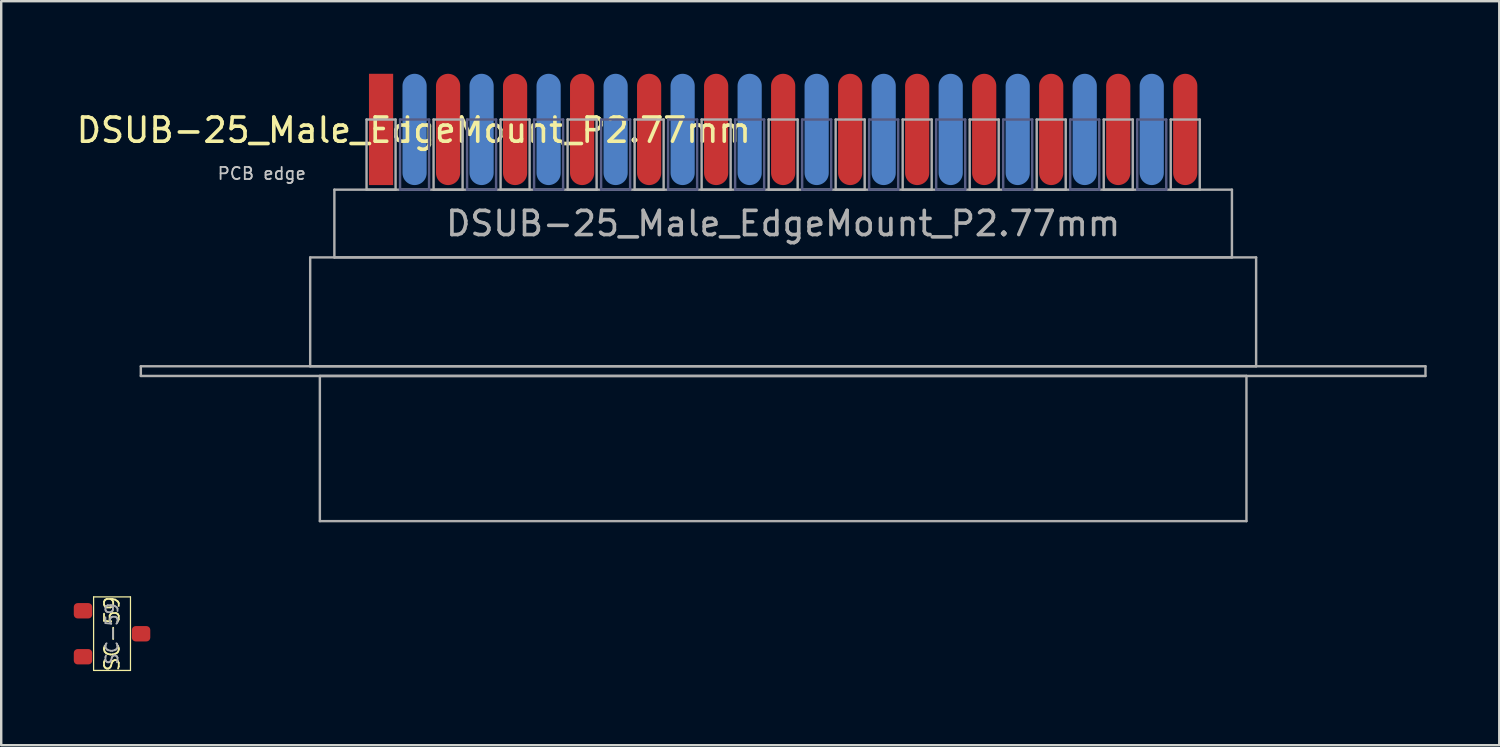
<source format=kicad_pcb>
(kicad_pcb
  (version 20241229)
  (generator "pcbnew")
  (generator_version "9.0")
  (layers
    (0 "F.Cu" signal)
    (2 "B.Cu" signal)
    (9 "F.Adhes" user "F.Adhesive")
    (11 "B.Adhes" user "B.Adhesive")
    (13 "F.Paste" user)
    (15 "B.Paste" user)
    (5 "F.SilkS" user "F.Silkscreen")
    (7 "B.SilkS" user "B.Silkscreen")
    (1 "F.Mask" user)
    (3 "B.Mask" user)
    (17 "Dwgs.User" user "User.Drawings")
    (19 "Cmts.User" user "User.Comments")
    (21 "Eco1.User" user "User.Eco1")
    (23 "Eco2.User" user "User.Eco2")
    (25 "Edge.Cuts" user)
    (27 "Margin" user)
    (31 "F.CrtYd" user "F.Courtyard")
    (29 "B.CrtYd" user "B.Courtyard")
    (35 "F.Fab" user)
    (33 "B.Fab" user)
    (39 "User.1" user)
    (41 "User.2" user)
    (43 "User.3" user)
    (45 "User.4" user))
  (footprint "SC-59"
    (layer "F.Cu")
    (at 1.581 23.146)
    (property "Reference" "SC-59" (at 0 0 90) (unlocked yes) (layer "F.SilkS") (effects (font (size 0.61 0.61) (thickness 0.076))))
    (attr smd)
    (fp_line (start -0.762 -1.524) (end -0.762 1.516) (stroke (width 0.051) (type solid)) (layer "F.SilkS"))
    (fp_line (start -0.762 -1.524) (end 0.762 -1.524) (stroke (width 0.051) (type solid)) (layer "F.SilkS"))
    (fp_line (start -0.762 1.516) (end 0.762 1.516) (stroke (width 0.051) (type solid)) (layer "F.SilkS"))
    (fp_line (start 0.762 -1.524) (end 0.762 1.516) (stroke (width 0.051) (type solid)) (layer "F.SilkS"))
    (fp_text user "${REFERENCE}" (at 0 0 90) (layer "F.Fab") (effects (font (size 0.5 0.5) (thickness 0.075))))
    (pad "1" smd roundrect (at -1.2 -0.95) (size 0.762 0.635) (layers "F.Cu" "F.Mask" "F.Paste") (roundrect_rratio 0.25))
    (pad "2" smd roundrect (at -1.2 0.95) (size 0.762 0.635) (layers "F.Cu" "F.Mask" "F.Paste") (roundrect_rratio 0.25))
    (pad "3" smd roundrect (at 1.2 0) (size 0.762 0.635) (layers "F.Cu" "F.Mask" "F.Paste") (roundrect_rratio 0.25)))
  (footprint "DSUB-25_Male_EdgeMount_P2.77mm"
    (layer "F.Cu")
    (at 29.321 2.8)
    (property "Reference" "DSUB-25_Male_EdgeMount_P2.77mm" (at -15.267 -0.469 0) (layer "F.SilkS") (effects (font (size 1 1) (thickness 0.15))))
    (attr smd)
    (fp_line (start -15.835 -0.91) (end -15.835 1.99) (stroke (width 0.1) (type solid)) (layer "B.Fab"))
    (fp_line (start -15.835 1.99) (end -14.635 1.99) (stroke (width 0.1) (type solid)) (layer "B.Fab"))
    (fp_line (start -14.635 -0.91) (end -15.835 -0.91) (stroke (width 0.1) (type solid)) (layer "B.Fab"))
    (fp_line (start -14.635 1.99) (end -14.635 -0.91) (stroke (width 0.1) (type solid)) (layer "B.Fab"))
    (fp_line (start -13.065 -0.91) (end -13.065 1.99) (stroke (width 0.1) (type solid)) (layer "B.Fab"))
    (fp_line (start -13.065 1.99) (end -11.865 1.99) (stroke (width 0.1) (type solid)) (layer "B.Fab"))
    (fp_line (start -11.865 -0.91) (end -13.065 -0.91) (stroke (width 0.1) (type solid)) (layer "B.Fab"))
    (fp_line (start -11.865 1.99) (end -11.865 -0.91) (stroke (width 0.1) (type solid)) (layer "B.Fab"))
    (fp_line (start -10.295 -0.91) (end -10.295 1.99) (stroke (width 0.1) (type solid)) (layer "B.Fab"))
    (fp_line (start -10.295 1.99) (end -9.095 1.99) (stroke (width 0.1) (type solid)) (layer "B.Fab"))
    (fp_line (start -9.095 -0.91) (end -10.295 -0.91) (stroke (width 0.1) (type solid)) (layer "B.Fab"))
    (fp_line (start -9.095 1.99) (end -9.095 -0.91) (stroke (width 0.1) (type solid)) (layer "B.Fab"))
    (fp_line (start -7.525 -0.91) (end -7.525 1.99) (stroke (width 0.1) (type solid)) (layer "B.Fab"))
    (fp_line (start -7.525 1.99) (end -6.325 1.99) (stroke (width 0.1) (type solid)) (layer "B.Fab"))
    (fp_line (start -6.325 -0.91) (end -7.525 -0.91) (stroke (width 0.1) (type solid)) (layer "B.Fab"))
    (fp_line (start -6.325 1.99) (end -6.325 -0.91) (stroke (width 0.1) (type solid)) (layer "B.Fab"))
    (fp_line (start -4.755 -0.91) (end -4.755 1.99) (stroke (width 0.1) (type solid)) (layer "B.Fab"))
    (fp_line (start -4.755 1.99) (end -3.555 1.99) (stroke (width 0.1) (type solid)) (layer "B.Fab"))
    (fp_line (start -3.555 -0.91) (end -4.755 -0.91) (stroke (width 0.1) (type solid)) (layer "B.Fab"))
    (fp_line (start -3.555 1.99) (end -3.555 -0.91) (stroke (width 0.1) (type solid)) (layer "B.Fab"))
    (fp_line (start -1.985 -0.91) (end -1.985 1.99) (stroke (width 0.1) (type solid)) (layer "B.Fab"))
    (fp_line (start -1.985 1.99) (end -0.785 1.99) (stroke (width 0.1) (type solid)) (layer "B.Fab"))
    (fp_line (start -0.785 -0.91) (end -1.985 -0.91) (stroke (width 0.1) (type solid)) (layer "B.Fab"))
    (fp_line (start -0.785 1.99) (end -0.785 -0.91) (stroke (width 0.1) (type solid)) (layer "B.Fab"))
    (fp_line (start 0.785 -0.91) (end 0.785 1.99) (stroke (width 0.1) (type solid)) (layer "B.Fab"))
    (fp_line (start 0.785 1.99) (end 1.985 1.99) (stroke (width 0.1) (type solid)) (layer "B.Fab"))
    (fp_line (start 1.985 -0.91) (end 0.785 -0.91) (stroke (width 0.1) (type solid)) (layer "B.Fab"))
    (fp_line (start 1.985 1.99) (end 1.985 -0.91) (stroke (width 0.1) (type solid)) (layer "B.Fab"))
    (fp_line (start 3.555 -0.91) (end 3.555 1.99) (stroke (width 0.1) (type solid)) (layer "B.Fab"))
    (fp_line (start 3.555 1.99) (end 4.755 1.99) (stroke (width 0.1) (type solid)) (layer "B.Fab"))
    (fp_line (start 4.755 -0.91) (end 3.555 -0.91) (stroke (width 0.1) (type solid)) (layer "B.Fab"))
    (fp_line (start 4.755 1.99) (end 4.755 -0.91) (stroke (width 0.1) (type solid)) (layer "B.Fab"))
    (fp_line (start 6.325 -0.91) (end 6.325 1.99) (stroke (width 0.1) (type solid)) (layer "B.Fab"))
    (fp_line (start 6.325 1.99) (end 7.525 1.99) (stroke (width 0.1) (type solid)) (layer "B.Fab"))
    (fp_line (start 7.525 -0.91) (end 6.325 -0.91) (stroke (width 0.1) (type solid)) (layer "B.Fab"))
    (fp_line (start 7.525 1.99) (end 7.525 -0.91) (stroke (width 0.1) (type solid)) (layer "B.Fab"))
    (fp_line (start 9.095 -0.91) (end 9.095 1.99) (stroke (width 0.1) (type solid)) (layer "B.Fab"))
    (fp_line (start 9.095 1.99) (end 10.295 1.99) (stroke (width 0.1) (type solid)) (layer "B.Fab"))
    (fp_line (start 10.295 -0.91) (end 9.095 -0.91) (stroke (width 0.1) (type solid)) (layer "B.Fab"))
    (fp_line (start 10.295 1.99) (end 10.295 -0.91) (stroke (width 0.1) (type solid)) (layer "B.Fab"))
    (fp_line (start 11.865 -0.91) (end 11.865 1.99) (stroke (width 0.1) (type solid)) (layer "B.Fab"))
    (fp_line (start 11.865 1.99) (end 13.065 1.99) (stroke (width 0.1) (type solid)) (layer "B.Fab"))
    (fp_line (start 13.065 -0.91) (end 11.865 -0.91) (stroke (width 0.1) (type solid)) (layer "B.Fab"))
    (fp_line (start 13.065 1.99) (end 13.065 -0.91) (stroke (width 0.1) (type solid)) (layer "B.Fab"))
    (fp_line (start 14.635 -0.91) (end 14.635 1.99) (stroke (width 0.1) (type solid)) (layer "B.Fab"))
    (fp_line (start 14.635 1.99) (end 15.835 1.99) (stroke (width 0.1) (type solid)) (layer "B.Fab"))
    (fp_line (start 15.835 -0.91) (end 14.635 -0.91) (stroke (width 0.1) (type solid)) (layer "B.Fab"))
    (fp_line (start 15.835 1.99) (end 15.835 -0.91) (stroke (width 0.1) (type solid)) (layer "B.Fab"))
    (fp_line (start -26.55 9.29) (end -26.55 9.69) (stroke (width 0.1) (type solid)) (layer "F.Fab"))
    (fp_line (start -26.55 9.69) (end 26.55 9.69) (stroke (width 0.1) (type solid)) (layer "F.Fab"))
    (fp_line (start -19.55 4.79) (end -19.55 9.29) (stroke (width 0.1) (type solid)) (layer "F.Fab"))
    (fp_line (start -19.55 9.29) (end 19.55 9.29) (stroke (width 0.1) (type solid)) (layer "F.Fab"))
    (fp_line (start -19.15 9.69) (end -19.15 15.69) (stroke (width 0.1) (type solid)) (layer "F.Fab"))
    (fp_line (start -19.15 15.69) (end 19.15 15.69) (stroke (width 0.1) (type solid)) (layer "F.Fab"))
    (fp_line (start -18.55 1.99) (end -18.55 4.79) (stroke (width 0.1) (type solid)) (layer "F.Fab"))
    (fp_line (start -18.55 4.79) (end 18.55 4.79) (stroke (width 0.1) (type solid)) (layer "F.Fab"))
    (fp_line (start -17.22 -0.91) (end -17.22 1.99) (stroke (width 0.1) (type solid)) (layer "F.Fab"))
    (fp_line (start -17.22 1.99) (end -16.02 1.99) (stroke (width 0.1) (type solid)) (layer "F.Fab"))
    (fp_line (start -16.02 -0.91) (end -17.22 -0.91) (stroke (width 0.1) (type solid)) (layer "F.Fab"))
    (fp_line (start -16.02 1.99) (end -16.02 -0.91) (stroke (width 0.1) (type solid)) (layer "F.Fab"))
    (fp_line (start -14.45 -0.91) (end -14.45 1.99) (stroke (width 0.1) (type solid)) (layer "F.Fab"))
    (fp_line (start -14.45 1.99) (end -13.25 1.99) (stroke (width 0.1) (type solid)) (layer "F.Fab"))
    (fp_line (start -13.25 -0.91) (end -14.45 -0.91) (stroke (width 0.1) (type solid)) (layer "F.Fab"))
    (fp_line (start -13.25 1.99) (end -13.25 -0.91) (stroke (width 0.1) (type solid)) (layer "F.Fab"))
    (fp_line (start -11.68 -0.91) (end -11.68 1.99) (stroke (width 0.1) (type solid)) (layer "F.Fab"))
    (fp_line (start -11.68 1.99) (end -10.48 1.99) (stroke (width 0.1) (type solid)) (layer "F.Fab"))
    (fp_line (start -10.48 -0.91) (end -11.68 -0.91) (stroke (width 0.1) (type solid)) (layer "F.Fab"))
    (fp_line (start -10.48 1.99) (end -10.48 -0.91) (stroke (width 0.1) (type solid)) (layer "F.Fab"))
    (fp_line (start -8.91 -0.91) (end -8.91 1.99) (stroke (width 0.1) (type solid)) (layer "F.Fab"))
    (fp_line (start -8.91 1.99) (end -7.71 1.99) (stroke (width 0.1) (type solid)) (layer "F.Fab"))
    (fp_line (start -7.71 -0.91) (end -8.91 -0.91) (stroke (width 0.1) (type solid)) (layer "F.Fab"))
    (fp_line (start -7.71 1.99) (end -7.71 -0.91) (stroke (width 0.1) (type solid)) (layer "F.Fab"))
    (fp_line (start -6.14 -0.91) (end -6.14 1.99) (stroke (width 0.1) (type solid)) (layer "F.Fab"))
    (fp_line (start -6.14 1.99) (end -4.94 1.99) (stroke (width 0.1) (type solid)) (layer "F.Fab"))
    (fp_line (start -4.94 -0.91) (end -6.14 -0.91) (stroke (width 0.1) (type solid)) (layer "F.Fab"))
    (fp_line (start -4.94 1.99) (end -4.94 -0.91) (stroke (width 0.1) (type solid)) (layer "F.Fab"))
    (fp_line (start -3.37 -0.91) (end -3.37 1.99) (stroke (width 0.1) (type solid)) (layer "F.Fab"))
    (fp_line (start -3.37 1.99) (end -2.17 1.99) (stroke (width 0.1) (type solid)) (layer "F.Fab"))
    (fp_line (start -2.17 -0.91) (end -3.37 -0.91) (stroke (width 0.1) (type solid)) (layer "F.Fab"))
    (fp_line (start -2.17 1.99) (end -2.17 -0.91) (stroke (width 0.1) (type solid)) (layer "F.Fab"))
    (fp_line (start -0.6 -0.91) (end -0.6 1.99) (stroke (width 0.1) (type solid)) (layer "F.Fab"))
    (fp_line (start -0.6 1.99) (end 0.6 1.99) (stroke (width 0.1) (type solid)) (layer "F.Fab"))
    (fp_line (start 0.6 -0.91) (end -0.6 -0.91) (stroke (width 0.1) (type solid)) (layer "F.Fab"))
    (fp_line (start 0.6 1.99) (end 0.6 -0.91) (stroke (width 0.1) (type solid)) (layer "F.Fab"))
    (fp_line (start 2.17 -0.91) (end 2.17 1.99) (stroke (width 0.1) (type solid)) (layer "F.Fab"))
    (fp_line (start 2.17 1.99) (end 3.37 1.99) (stroke (width 0.1) (type solid)) (layer "F.Fab"))
    (fp_line (start 3.37 -0.91) (end 2.17 -0.91) (stroke (width 0.1) (type solid)) (layer "F.Fab"))
    (fp_line (start 3.37 1.99) (end 3.37 -0.91) (stroke (width 0.1) (type solid)) (layer "F.Fab"))
    (fp_line (start 4.94 -0.91) (end 4.94 1.99) (stroke (width 0.1) (type solid)) (layer "F.Fab"))
    (fp_line (start 4.94 1.99) (end 6.14 1.99) (stroke (width 0.1) (type solid)) (layer "F.Fab"))
    (fp_line (start 6.14 -0.91) (end 4.94 -0.91) (stroke (width 0.1) (type solid)) (layer "F.Fab"))
    (fp_line (start 6.14 1.99) (end 6.14 -0.91) (stroke (width 0.1) (type solid)) (layer "F.Fab"))
    (fp_line (start 7.71 -0.91) (end 7.71 1.99) (stroke (width 0.1) (type solid)) (layer "F.Fab"))
    (fp_line (start 7.71 1.99) (end 8.91 1.99) (stroke (width 0.1) (type solid)) (layer "F.Fab"))
    (fp_line (start 8.91 -0.91) (end 7.71 -0.91) (stroke (width 0.1) (type solid)) (layer "F.Fab"))
    (fp_line (start 8.91 1.99) (end 8.91 -0.91) (stroke (width 0.1) (type solid)) (layer "F.Fab"))
    (fp_line (start 10.48 -0.91) (end 10.48 1.99) (stroke (width 0.1) (type solid)) (layer "F.Fab"))
    (fp_line (start 10.48 1.99) (end 11.68 1.99) (stroke (width 0.1) (type solid)) (layer "F.Fab"))
    (fp_line (start 11.68 -0.91) (end 10.48 -0.91) (stroke (width 0.1) (type solid)) (layer "F.Fab"))
    (fp_line (start 11.68 1.99) (end 11.68 -0.91) (stroke (width 0.1) (type solid)) (layer "F.Fab"))
    (fp_line (start 13.25 -0.91) (end 13.25 1.99) (stroke (width 0.1) (type solid)) (layer "F.Fab"))
    (fp_line (start 13.25 1.99) (end 14.45 1.99) (stroke (width 0.1) (type solid)) (layer "F.Fab"))
    (fp_line (start 14.45 -0.91) (end 13.25 -0.91) (stroke (width 0.1) (type solid)) (layer "F.Fab"))
    (fp_line (start 14.45 1.99) (end 14.45 -0.91) (stroke (width 0.1) (type solid)) (layer "F.Fab"))
    (fp_line (start 16.02 -0.91) (end 16.02 1.99) (stroke (width 0.1) (type solid)) (layer "F.Fab"))
    (fp_line (start 16.02 1.99) (end 17.22 1.99) (stroke (width 0.1) (type solid)) (layer "F.Fab"))
    (fp_line (start 17.22 -0.91) (end 16.02 -0.91) (stroke (width 0.1) (type solid)) (layer "F.Fab"))
    (fp_line (start 17.22 1.99) (end 17.22 -0.91) (stroke (width 0.1) (type solid)) (layer "F.Fab"))
    (fp_line (start 18.55 1.99) (end -18.55 1.99) (stroke (width 0.1) (type solid)) (layer "F.Fab"))
    (fp_line (start 18.55 4.79) (end 18.55 1.99) (stroke (width 0.1) (type solid)) (layer "F.Fab"))
    (fp_line (start 19.15 9.69) (end -19.15 9.69) (stroke (width 0.1) (type solid)) (layer "F.Fab"))
    (fp_line (start 19.15 15.69) (end 19.15 9.69) (stroke (width 0.1) (type solid)) (layer "F.Fab"))
    (fp_line (start 19.55 4.79) (end -19.55 4.79) (stroke (width 0.1) (type solid)) (layer "F.Fab"))
    (fp_line (start 19.55 9.29) (end 19.55 4.79) (stroke (width 0.1) (type solid)) (layer "F.Fab"))
    (fp_line (start 26.55 9.29) (end -26.55 9.29) (stroke (width 0.1) (type solid)) (layer "F.Fab"))
    (fp_line (start 26.55 9.69) (end 26.55 9.29) (stroke (width 0.1) (type solid)) (layer "F.Fab"))
    (fp_text user "PCB edge" (at -21.55 1.323 0) (layer "Dwgs.User") (effects (font (size 0.5 0.5) (thickness 0.075))))
    (fp_text user "${REFERENCE}" (at 0 3.39 0) (layer "F.Fab") (effects (font (size 1 1) (thickness 0.15))))
    (pad "1" smd rect (at -16.62 -0.5) (size 1 4.6) (layers "F.Cu" "F.Mask" "F.Paste"))
    (pad "2" smd oval (at -13.85 -0.5) (size 1 4.6) (layers "F.Cu" "F.Mask" "F.Paste"))
    (pad "3" smd oval (at -11.08 -0.5) (size 1 4.6) (layers "F.Cu" "F.Mask" "F.Paste"))
    (pad "4" smd oval (at -8.31 -0.5) (size 1 4.6) (layers "F.Cu" "F.Mask" "F.Paste"))
    (pad "5" smd oval (at -5.54 -0.5) (size 1 4.6) (layers "F.Cu" "F.Mask" "F.Paste"))
    (pad "6" smd oval (at -2.77 -0.5) (size 1 4.6) (layers "F.Cu" "F.Mask" "F.Paste"))
    (pad "7" smd oval (at 0 -0.5) (size 1 4.6) (layers "F.Cu" "F.Mask" "F.Paste"))
    (pad "8" smd oval (at 2.77 -0.5) (size 1 4.6) (layers "F.Cu" "F.Mask" "F.Paste"))
    (pad "9" smd oval (at 5.54 -0.5) (size 1 4.6) (layers "F.Cu" "F.Mask" "F.Paste"))
    (pad "10" smd oval (at 8.31 -0.5) (size 1 4.6) (layers "F.Cu" "F.Mask" "F.Paste"))
    (pad "11" smd oval (at 11.08 -0.5) (size 1 4.6) (layers "F.Cu" "F.Mask" "F.Paste"))
    (pad "12" smd oval (at 13.85 -0.5) (size 1 4.6) (layers "F.Cu" "F.Mask" "F.Paste"))
    (pad "13" smd oval (at 16.62 -0.5) (size 1 4.6) (layers "F.Cu" "F.Mask" "F.Paste"))
    (pad "14" smd oval (at -15.235 -0.5) (size 1 4.6) (layers "B.Cu" "B.Mask" "B.Paste"))
    (pad "15" smd oval (at -12.465 -0.5) (size 1 4.6) (layers "B.Cu" "B.Mask" "B.Paste"))
    (pad "16" smd oval (at -9.695 -0.5) (size 1 4.6) (layers "B.Cu" "B.Mask" "B.Paste"))
    (pad "17" smd oval (at -6.925 -0.5) (size 1 4.6) (layers "B.Cu" "B.Mask" "B.Paste"))
    (pad "18" smd oval (at -4.155 -0.5) (size 1 4.6) (layers "B.Cu" "B.Mask" "B.Paste"))
    (pad "19" smd oval (at -1.385 -0.5) (size 1 4.6) (layers "B.Cu" "B.Mask" "B.Paste"))
    (pad "20" smd oval (at 1.385 -0.5) (size 1 4.6) (layers "B.Cu" "B.Mask" "B.Paste"))
    (pad "21" smd oval (at 4.155 -0.5) (size 1 4.6) (layers "B.Cu" "B.Mask" "B.Paste"))
    (pad "22" smd oval (at 6.925 -0.5) (size 1 4.6) (layers "B.Cu" "B.Mask" "B.Paste"))
    (pad "23" smd oval (at 9.695 -0.5) (size 1 4.6) (layers "B.Cu" "B.Mask" "B.Paste"))
    (pad "24" smd oval (at 12.465 -0.5) (size 1 4.6) (layers "B.Cu" "B.Mask" "B.Paste"))
    (pad "25" smd oval (at 15.235 -0.5) (size 1 4.6) (layers "B.Cu" "B.Mask" "B.Paste")))
  (gr_rect
    (start -3 -3)
    (end 58.921 27.753)
    (stroke (width 0.1) (type default))
    (fill no)
    (layer "Edge.Cuts")))
</source>
